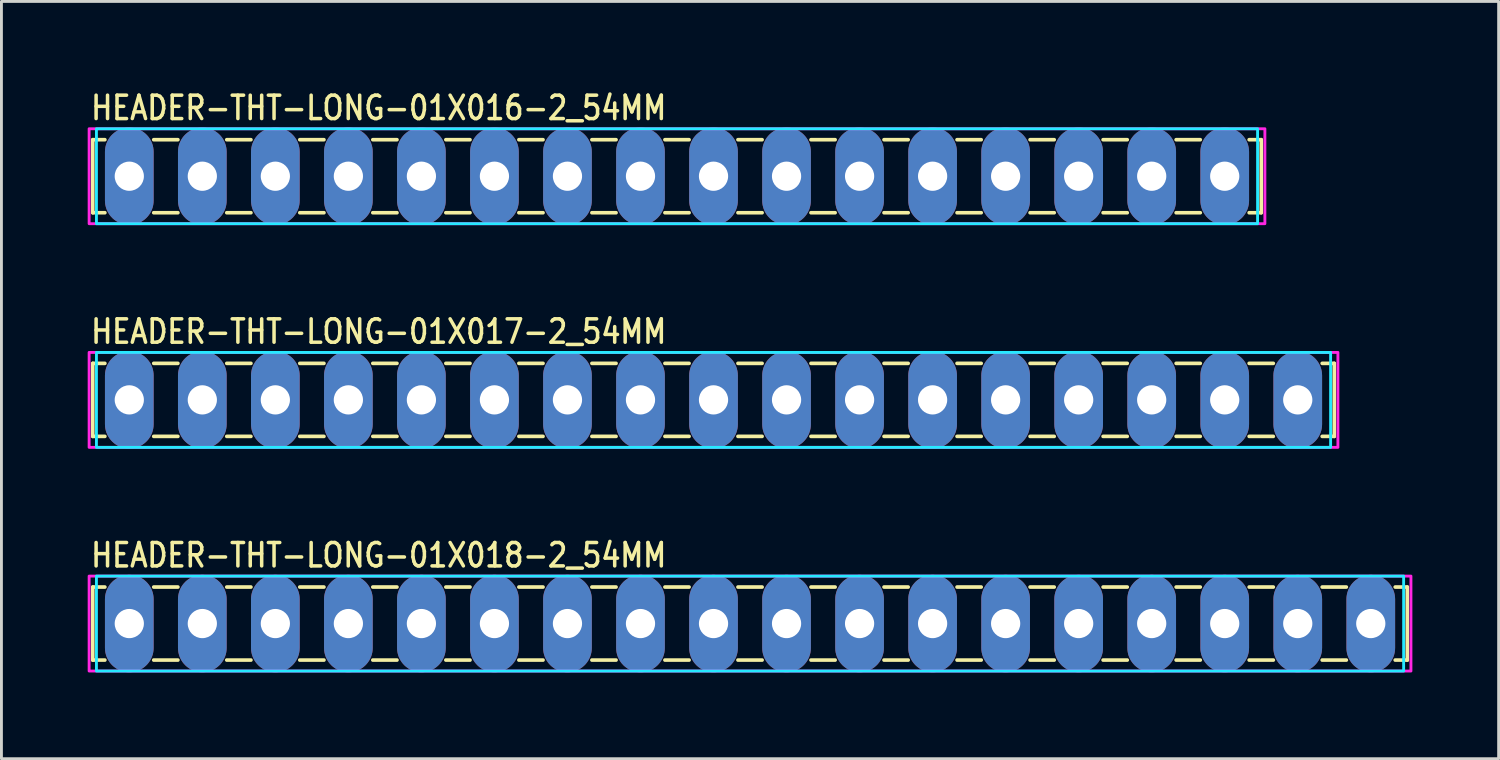
<source format=kicad_pcb>
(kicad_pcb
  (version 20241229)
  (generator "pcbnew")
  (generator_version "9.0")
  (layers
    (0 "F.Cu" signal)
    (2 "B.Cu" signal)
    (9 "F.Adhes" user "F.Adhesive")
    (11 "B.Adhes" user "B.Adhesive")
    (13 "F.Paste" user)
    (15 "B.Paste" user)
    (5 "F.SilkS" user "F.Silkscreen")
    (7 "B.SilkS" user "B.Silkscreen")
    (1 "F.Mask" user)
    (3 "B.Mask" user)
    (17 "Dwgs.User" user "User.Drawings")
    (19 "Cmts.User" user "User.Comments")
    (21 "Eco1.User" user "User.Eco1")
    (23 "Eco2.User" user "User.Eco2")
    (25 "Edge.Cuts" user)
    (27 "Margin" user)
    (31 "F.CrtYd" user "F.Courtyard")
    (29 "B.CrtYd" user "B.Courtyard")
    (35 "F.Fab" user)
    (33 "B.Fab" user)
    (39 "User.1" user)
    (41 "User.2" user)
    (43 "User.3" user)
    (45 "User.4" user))
  (footprint "HEADER-THT-LONG-01X017-2_54MM"
    (layer "F.Cu")
    (at 1.447 10.858)
    (property "Reference" "HEADER-THT-LONG-01X017-2_54MM" (at -1.4 -1.9 0) (unlocked yes) (layer "F.SilkS") (effects (font (size 0.813 0.695) (thickness 0.122)) (justify left bottom)))
    (fp_line (start -1.27 -1.27) (end -1.27 1.27) (stroke (width 0.127) (type solid)) (layer "F.SilkS"))
    (fp_line (start -1.27 1.27) (end -0.85 1.27) (stroke (width 0.127) (type solid)) (layer "F.SilkS"))
    (fp_line (start -0.85 -1.27) (end -1.27 -1.27) (stroke (width 0.127) (type solid)) (layer "F.SilkS"))
    (fp_line (start 0.85 -1.27) (end 1.69 -1.27) (stroke (width 0.127) (type solid)) (layer "F.SilkS"))
    (fp_line (start 0.85 1.27) (end 1.69 1.27) (stroke (width 0.127) (type solid)) (layer "F.SilkS"))
    (fp_line (start 3.39 -1.27) (end 4.23 -1.27) (stroke (width 0.127) (type solid)) (layer "F.SilkS"))
    (fp_line (start 3.39 1.27) (end 4.23 1.27) (stroke (width 0.127) (type solid)) (layer "F.SilkS"))
    (fp_line (start 5.93 -1.27) (end 6.77 -1.27) (stroke (width 0.127) (type solid)) (layer "F.SilkS"))
    (fp_line (start 5.93 1.27) (end 6.77 1.27) (stroke (width 0.127) (type solid)) (layer "F.SilkS"))
    (fp_line (start 8.47 -1.27) (end 9.31 -1.27) (stroke (width 0.127) (type solid)) (layer "F.SilkS"))
    (fp_line (start 8.47 1.27) (end 9.31 1.27) (stroke (width 0.127) (type solid)) (layer "F.SilkS"))
    (fp_line (start 11.01 -1.27) (end 11.85 -1.27) (stroke (width 0.127) (type solid)) (layer "F.SilkS"))
    (fp_line (start 11.01 1.27) (end 11.85 1.27) (stroke (width 0.127) (type solid)) (layer "F.SilkS"))
    (fp_line (start 13.55 -1.27) (end 14.39 -1.27) (stroke (width 0.127) (type solid)) (layer "F.SilkS"))
    (fp_line (start 13.55 1.27) (end 14.39 1.27) (stroke (width 0.127) (type solid)) (layer "F.SilkS"))
    (fp_line (start 16.09 -1.27) (end 16.93 -1.27) (stroke (width 0.127) (type solid)) (layer "F.SilkS"))
    (fp_line (start 16.09 1.27) (end 16.93 1.27) (stroke (width 0.127) (type solid)) (layer "F.SilkS"))
    (fp_line (start 18.63 -1.27) (end 19.47 -1.27) (stroke (width 0.127) (type solid)) (layer "F.SilkS"))
    (fp_line (start 18.63 1.27) (end 19.47 1.27) (stroke (width 0.127) (type solid)) (layer "F.SilkS"))
    (fp_line (start 21.17 -1.27) (end 22.01 -1.27) (stroke (width 0.127) (type solid)) (layer "F.SilkS"))
    (fp_line (start 21.17 1.27) (end 22.01 1.27) (stroke (width 0.127) (type solid)) (layer "F.SilkS"))
    (fp_line (start 23.71 -1.27) (end 24.55 -1.27) (stroke (width 0.127) (type solid)) (layer "F.SilkS"))
    (fp_line (start 23.71 1.27) (end 24.55 1.27) (stroke (width 0.127) (type solid)) (layer "F.SilkS"))
    (fp_line (start 26.25 -1.27) (end 27.09 -1.27) (stroke (width 0.127) (type solid)) (layer "F.SilkS"))
    (fp_line (start 26.25 1.27) (end 27.09 1.27) (stroke (width 0.127) (type solid)) (layer "F.SilkS"))
    (fp_line (start 28.79 -1.27) (end 29.63 -1.27) (stroke (width 0.127) (type solid)) (layer "F.SilkS"))
    (fp_line (start 28.79 1.27) (end 29.63 1.27) (stroke (width 0.127) (type solid)) (layer "F.SilkS"))
    (fp_line (start 31.33 -1.27) (end 32.17 -1.27) (stroke (width 0.127) (type solid)) (layer "F.SilkS"))
    (fp_line (start 31.33 1.27) (end 32.17 1.27) (stroke (width 0.127) (type solid)) (layer "F.SilkS"))
    (fp_line (start 33.87 -1.27) (end 34.71 -1.27) (stroke (width 0.127) (type solid)) (layer "F.SilkS"))
    (fp_line (start 33.87 1.27) (end 34.71 1.27) (stroke (width 0.127) (type solid)) (layer "F.SilkS"))
    (fp_line (start 36.41 -1.27) (end 37.25 -1.27) (stroke (width 0.127) (type solid)) (layer "F.SilkS"))
    (fp_line (start 36.41 1.27) (end 37.25 1.27) (stroke (width 0.127) (type solid)) (layer "F.SilkS"))
    (fp_line (start 38.95 -1.27) (end 39.79 -1.27) (stroke (width 0.127) (type solid)) (layer "F.SilkS"))
    (fp_line (start 38.95 1.27) (end 39.79 1.27) (stroke (width 0.127) (type solid)) (layer "F.SilkS"))
    (fp_line (start 41.49 -1.27) (end 41.91 -1.27) (stroke (width 0.127) (type solid)) (layer "F.SilkS"))
    (fp_line (start 41.91 -1.27) (end 41.91 1.27) (stroke (width 0.127) (type solid)) (layer "F.SilkS"))
    (fp_line (start 41.91 1.27) (end 41.49 1.27) (stroke (width 0.127) (type solid)) (layer "F.SilkS"))
    (fp_poly (pts (xy -1.143 -1.651) (xy 41.783 -1.651) (xy 41.783 1.651) (xy -1.143 1.651)) (stroke (width 0.1) (type solid)) (fill no) (layer "B.CrtYd"))
    (fp_poly (pts (xy -1.397 -1.651) (xy 42.037 -1.651) (xy 42.037 1.651) (xy -1.397 1.651)) (stroke (width 0.1) (type solid)) (fill no) (layer "F.CrtYd"))
    (pad "P$1" thru_hole oval (at 0 0 90) (size 3.387 1.693) (drill 1.016) (layers "*.Cu" "*.Mask"))
    (pad "P$2" thru_hole oval (at 2.54 0 90) (size 3.387 1.693) (drill 1.016) (layers "*.Cu" "*.Mask"))
    (pad "P$3" thru_hole oval (at 5.08 0 90) (size 3.387 1.693) (drill 1.016) (layers "*.Cu" "*.Mask"))
    (pad "P$4" thru_hole oval (at 7.62 0 90) (size 3.387 1.693) (drill 1.016) (layers "*.Cu" "*.Mask"))
    (pad "P$5" thru_hole oval (at 10.16 0 90) (size 3.387 1.693) (drill 1.016) (layers "*.Cu" "*.Mask"))
    (pad "P$6" thru_hole oval (at 12.7 0 90) (size 3.387 1.693) (drill 1.016) (layers "*.Cu" "*.Mask"))
    (pad "P$7" thru_hole oval (at 15.24 0 90) (size 3.387 1.693) (drill 1.016) (layers "*.Cu" "*.Mask"))
    (pad "P$8" thru_hole oval (at 17.78 0 90) (size 3.387 1.693) (drill 1.016) (layers "*.Cu" "*.Mask"))
    (pad "P$9" thru_hole oval (at 20.32 0 90) (size 3.387 1.693) (drill 1.016) (layers "*.Cu" "*.Mask"))
    (pad "P$10" thru_hole oval (at 22.86 0 90) (size 3.387 1.693) (drill 1.016) (layers "*.Cu" "*.Mask"))
    (pad "P$11" thru_hole oval (at 25.4 0 90) (size 3.387 1.693) (drill 1.016) (layers "*.Cu" "*.Mask"))
    (pad "P$12" thru_hole oval (at 27.94 0 90) (size 3.387 1.693) (drill 1.016) (layers "*.Cu" "*.Mask"))
    (pad "P$13" thru_hole oval (at 30.48 0 90) (size 3.387 1.693) (drill 1.016) (layers "*.Cu" "*.Mask"))
    (pad "P$14" thru_hole oval (at 33.02 0 90) (size 3.387 1.693) (drill 1.016) (layers "*.Cu" "*.Mask"))
    (pad "P$15" thru_hole oval (at 35.56 0 90) (size 3.387 1.693) (drill 1.016) (layers "*.Cu" "*.Mask"))
    (pad "P$16" thru_hole oval (at 38.1 0 90) (size 3.387 1.693) (drill 1.016) (layers "*.Cu" "*.Mask"))
    (pad "P$17" thru_hole oval (at 40.64 0 90) (size 3.387 1.693) (drill 1.016) (layers "*.Cu" "*.Mask")))
  (footprint "HEADER-THT-LONG-01X016-2_54MM"
    (layer "F.Cu")
    (at 1.447 3.079)
    (property "Reference" "HEADER-THT-LONG-01X016-2_54MM" (at -1.4 -1.9 0) (unlocked yes) (layer "F.SilkS") (effects (font (size 0.813 0.695) (thickness 0.122)) (justify left bottom)))
    (fp_line (start -1.27 -1.27) (end -1.27 1.27) (stroke (width 0.127) (type solid)) (layer "F.SilkS"))
    (fp_line (start -1.27 1.27) (end -0.85 1.27) (stroke (width 0.127) (type solid)) (layer "F.SilkS"))
    (fp_line (start -0.85 -1.27) (end -1.27 -1.27) (stroke (width 0.127) (type solid)) (layer "F.SilkS"))
    (fp_line (start 0.85 -1.27) (end 1.69 -1.27) (stroke (width 0.127) (type solid)) (layer "F.SilkS"))
    (fp_line (start 0.85 1.27) (end 1.69 1.27) (stroke (width 0.127) (type solid)) (layer "F.SilkS"))
    (fp_line (start 3.39 -1.27) (end 4.23 -1.27) (stroke (width 0.127) (type solid)) (layer "F.SilkS"))
    (fp_line (start 3.39 1.27) (end 4.23 1.27) (stroke (width 0.127) (type solid)) (layer "F.SilkS"))
    (fp_line (start 5.93 -1.27) (end 6.77 -1.27) (stroke (width 0.127) (type solid)) (layer "F.SilkS"))
    (fp_line (start 5.93 1.27) (end 6.77 1.27) (stroke (width 0.127) (type solid)) (layer "F.SilkS"))
    (fp_line (start 8.47 -1.27) (end 9.31 -1.27) (stroke (width 0.127) (type solid)) (layer "F.SilkS"))
    (fp_line (start 8.47 1.27) (end 9.31 1.27) (stroke (width 0.127) (type solid)) (layer "F.SilkS"))
    (fp_line (start 11.01 -1.27) (end 11.85 -1.27) (stroke (width 0.127) (type solid)) (layer "F.SilkS"))
    (fp_line (start 11.01 1.27) (end 11.85 1.27) (stroke (width 0.127) (type solid)) (layer "F.SilkS"))
    (fp_line (start 13.55 -1.27) (end 14.39 -1.27) (stroke (width 0.127) (type solid)) (layer "F.SilkS"))
    (fp_line (start 13.55 1.27) (end 14.39 1.27) (stroke (width 0.127) (type solid)) (layer "F.SilkS"))
    (fp_line (start 16.09 -1.27) (end 16.93 -1.27) (stroke (width 0.127) (type solid)) (layer "F.SilkS"))
    (fp_line (start 16.09 1.27) (end 16.93 1.27) (stroke (width 0.127) (type solid)) (layer "F.SilkS"))
    (fp_line (start 18.63 -1.27) (end 19.47 -1.27) (stroke (width 0.127) (type solid)) (layer "F.SilkS"))
    (fp_line (start 18.63 1.27) (end 19.47 1.27) (stroke (width 0.127) (type solid)) (layer "F.SilkS"))
    (fp_line (start 21.17 -1.27) (end 22.01 -1.27) (stroke (width 0.127) (type solid)) (layer "F.SilkS"))
    (fp_line (start 21.17 1.27) (end 22.01 1.27) (stroke (width 0.127) (type solid)) (layer "F.SilkS"))
    (fp_line (start 23.71 -1.27) (end 24.55 -1.27) (stroke (width 0.127) (type solid)) (layer "F.SilkS"))
    (fp_line (start 23.71 1.27) (end 24.55 1.27) (stroke (width 0.127) (type solid)) (layer "F.SilkS"))
    (fp_line (start 26.25 -1.27) (end 27.09 -1.27) (stroke (width 0.127) (type solid)) (layer "F.SilkS"))
    (fp_line (start 26.25 1.27) (end 27.09 1.27) (stroke (width 0.127) (type solid)) (layer "F.SilkS"))
    (fp_line (start 28.79 -1.27) (end 29.63 -1.27) (stroke (width 0.127) (type solid)) (layer "F.SilkS"))
    (fp_line (start 28.79 1.27) (end 29.63 1.27) (stroke (width 0.127) (type solid)) (layer "F.SilkS"))
    (fp_line (start 31.33 -1.27) (end 32.17 -1.27) (stroke (width 0.127) (type solid)) (layer "F.SilkS"))
    (fp_line (start 31.33 1.27) (end 32.17 1.27) (stroke (width 0.127) (type solid)) (layer "F.SilkS"))
    (fp_line (start 33.87 -1.27) (end 34.71 -1.27) (stroke (width 0.127) (type solid)) (layer "F.SilkS"))
    (fp_line (start 33.87 1.27) (end 34.71 1.27) (stroke (width 0.127) (type solid)) (layer "F.SilkS"))
    (fp_line (start 36.41 -1.27) (end 37.25 -1.27) (stroke (width 0.127) (type solid)) (layer "F.SilkS"))
    (fp_line (start 36.41 1.27) (end 37.25 1.27) (stroke (width 0.127) (type solid)) (layer "F.SilkS"))
    (fp_line (start 38.95 -1.27) (end 39.37 -1.27) (stroke (width 0.127) (type solid)) (layer "F.SilkS"))
    (fp_line (start 39.37 -1.27) (end 39.37 1.27) (stroke (width 0.127) (type solid)) (layer "F.SilkS"))
    (fp_line (start 39.37 1.27) (end 38.95 1.27) (stroke (width 0.127) (type solid)) (layer "F.SilkS"))
    (fp_poly (pts (xy -1.143 -1.651) (xy 39.243 -1.651) (xy 39.243 1.651) (xy -1.143 1.651)) (stroke (width 0.1) (type solid)) (fill no) (layer "B.CrtYd"))
    (fp_poly (pts (xy -1.397 -1.651) (xy 39.497 -1.651) (xy 39.497 1.651) (xy -1.397 1.651)) (stroke (width 0.1) (type solid)) (fill no) (layer "F.CrtYd"))
    (pad "P$1" thru_hole oval (at 0 0 90) (size 3.387 1.693) (drill 1.016) (layers "*.Cu" "*.Mask"))
    (pad "P$2" thru_hole oval (at 2.54 0 90) (size 3.387 1.693) (drill 1.016) (layers "*.Cu" "*.Mask"))
    (pad "P$3" thru_hole oval (at 5.08 0 90) (size 3.387 1.693) (drill 1.016) (layers "*.Cu" "*.Mask"))
    (pad "P$4" thru_hole oval (at 7.62 0 90) (size 3.387 1.693) (drill 1.016) (layers "*.Cu" "*.Mask"))
    (pad "P$5" thru_hole oval (at 10.16 0 90) (size 3.387 1.693) (drill 1.016) (layers "*.Cu" "*.Mask"))
    (pad "P$6" thru_hole oval (at 12.7 0 90) (size 3.387 1.693) (drill 1.016) (layers "*.Cu" "*.Mask"))
    (pad "P$7" thru_hole oval (at 15.24 0 90) (size 3.387 1.693) (drill 1.016) (layers "*.Cu" "*.Mask"))
    (pad "P$8" thru_hole oval (at 17.78 0 90) (size 3.387 1.693) (drill 1.016) (layers "*.Cu" "*.Mask"))
    (pad "P$9" thru_hole oval (at 20.32 0 90) (size 3.387 1.693) (drill 1.016) (layers "*.Cu" "*.Mask"))
    (pad "P$10" thru_hole oval (at 22.86 0 90) (size 3.387 1.693) (drill 1.016) (layers "*.Cu" "*.Mask"))
    (pad "P$11" thru_hole oval (at 25.4 0 90) (size 3.387 1.693) (drill 1.016) (layers "*.Cu" "*.Mask"))
    (pad "P$12" thru_hole oval (at 27.94 0 90) (size 3.387 1.693) (drill 1.016) (layers "*.Cu" "*.Mask"))
    (pad "P$13" thru_hole oval (at 30.48 0 90) (size 3.387 1.693) (drill 1.016) (layers "*.Cu" "*.Mask"))
    (pad "P$14" thru_hole oval (at 33.02 0 90) (size 3.387 1.693) (drill 1.016) (layers "*.Cu" "*.Mask"))
    (pad "P$15" thru_hole oval (at 35.56 0 90) (size 3.387 1.693) (drill 1.016) (layers "*.Cu" "*.Mask"))
    (pad "P$16" thru_hole oval (at 38.1 0 90) (size 3.387 1.693) (drill 1.016) (layers "*.Cu" "*.Mask")))
  (footprint "HEADER-THT-LONG-01X018-2_54MM"
    (layer "F.Cu")
    (at 1.447 18.638)
    (property "Reference" "HEADER-THT-LONG-01X018-2_54MM" (at -1.4 -1.9 0) (unlocked yes) (layer "F.SilkS") (effects (font (size 0.813 0.695) (thickness 0.122)) (justify left bottom)))
    (fp_line (start -1.27 -1.27) (end -1.27 1.27) (stroke (width 0.127) (type solid)) (layer "F.SilkS"))
    (fp_line (start -1.27 1.27) (end -0.85 1.27) (stroke (width 0.127) (type solid)) (layer "F.SilkS"))
    (fp_line (start -0.85 -1.27) (end -1.27 -1.27) (stroke (width 0.127) (type solid)) (layer "F.SilkS"))
    (fp_line (start 0.85 -1.27) (end 1.69 -1.27) (stroke (width 0.127) (type solid)) (layer "F.SilkS"))
    (fp_line (start 0.85 1.27) (end 1.69 1.27) (stroke (width 0.127) (type solid)) (layer "F.SilkS"))
    (fp_line (start 3.39 -1.27) (end 4.23 -1.27) (stroke (width 0.127) (type solid)) (layer "F.SilkS"))
    (fp_line (start 3.39 1.27) (end 4.23 1.27) (stroke (width 0.127) (type solid)) (layer "F.SilkS"))
    (fp_line (start 5.93 -1.27) (end 6.77 -1.27) (stroke (width 0.127) (type solid)) (layer "F.SilkS"))
    (fp_line (start 5.93 1.27) (end 6.77 1.27) (stroke (width 0.127) (type solid)) (layer "F.SilkS"))
    (fp_line (start 8.47 -1.27) (end 9.31 -1.27) (stroke (width 0.127) (type solid)) (layer "F.SilkS"))
    (fp_line (start 8.47 1.27) (end 9.31 1.27) (stroke (width 0.127) (type solid)) (layer "F.SilkS"))
    (fp_line (start 11.01 -1.27) (end 11.85 -1.27) (stroke (width 0.127) (type solid)) (layer "F.SilkS"))
    (fp_line (start 11.01 1.27) (end 11.85 1.27) (stroke (width 0.127) (type solid)) (layer "F.SilkS"))
    (fp_line (start 13.55 -1.27) (end 14.39 -1.27) (stroke (width 0.127) (type solid)) (layer "F.SilkS"))
    (fp_line (start 13.55 1.27) (end 14.39 1.27) (stroke (width 0.127) (type solid)) (layer "F.SilkS"))
    (fp_line (start 16.09 -1.27) (end 16.93 -1.27) (stroke (width 0.127) (type solid)) (layer "F.SilkS"))
    (fp_line (start 16.09 1.27) (end 16.93 1.27) (stroke (width 0.127) (type solid)) (layer "F.SilkS"))
    (fp_line (start 18.63 -1.27) (end 19.47 -1.27) (stroke (width 0.127) (type solid)) (layer "F.SilkS"))
    (fp_line (start 18.63 1.27) (end 19.47 1.27) (stroke (width 0.127) (type solid)) (layer "F.SilkS"))
    (fp_line (start 21.17 -1.27) (end 22.01 -1.27) (stroke (width 0.127) (type solid)) (layer "F.SilkS"))
    (fp_line (start 21.17 1.27) (end 22.01 1.27) (stroke (width 0.127) (type solid)) (layer "F.SilkS"))
    (fp_line (start 23.71 -1.27) (end 24.55 -1.27) (stroke (width 0.127) (type solid)) (layer "F.SilkS"))
    (fp_line (start 23.71 1.27) (end 24.55 1.27) (stroke (width 0.127) (type solid)) (layer "F.SilkS"))
    (fp_line (start 26.25 -1.27) (end 27.09 -1.27) (stroke (width 0.127) (type solid)) (layer "F.SilkS"))
    (fp_line (start 26.25 1.27) (end 27.09 1.27) (stroke (width 0.127) (type solid)) (layer "F.SilkS"))
    (fp_line (start 28.79 -1.27) (end 29.63 -1.27) (stroke (width 0.127) (type solid)) (layer "F.SilkS"))
    (fp_line (start 28.79 1.27) (end 29.63 1.27) (stroke (width 0.127) (type solid)) (layer "F.SilkS"))
    (fp_line (start 31.33 -1.27) (end 32.17 -1.27) (stroke (width 0.127) (type solid)) (layer "F.SilkS"))
    (fp_line (start 31.33 1.27) (end 32.17 1.27) (stroke (width 0.127) (type solid)) (layer "F.SilkS"))
    (fp_line (start 33.87 -1.27) (end 34.71 -1.27) (stroke (width 0.127) (type solid)) (layer "F.SilkS"))
    (fp_line (start 33.87 1.27) (end 34.71 1.27) (stroke (width 0.127) (type solid)) (layer "F.SilkS"))
    (fp_line (start 36.41 -1.27) (end 37.25 -1.27) (stroke (width 0.127) (type solid)) (layer "F.SilkS"))
    (fp_line (start 36.41 1.27) (end 37.25 1.27) (stroke (width 0.127) (type solid)) (layer "F.SilkS"))
    (fp_line (start 38.95 -1.27) (end 39.79 -1.27) (stroke (width 0.127) (type solid)) (layer "F.SilkS"))
    (fp_line (start 38.95 1.27) (end 39.79 1.27) (stroke (width 0.127) (type solid)) (layer "F.SilkS"))
    (fp_line (start 41.49 -1.27) (end 42.33 -1.27) (stroke (width 0.127) (type solid)) (layer "F.SilkS"))
    (fp_line (start 41.49 1.27) (end 42.33 1.27) (stroke (width 0.127) (type solid)) (layer "F.SilkS"))
    (fp_line (start 44.03 -1.27) (end 44.45 -1.27) (stroke (width 0.127) (type solid)) (layer "F.SilkS"))
    (fp_line (start 44.45 -1.27) (end 44.45 1.27) (stroke (width 0.127) (type solid)) (layer "F.SilkS"))
    (fp_line (start 44.45 1.27) (end 44.03 1.27) (stroke (width 0.127) (type solid)) (layer "F.SilkS"))
    (fp_poly (pts (xy -1.143 -1.651) (xy 44.323 -1.651) (xy 44.323 1.651) (xy -1.143 1.651)) (stroke (width 0.1) (type solid)) (fill no) (layer "B.CrtYd"))
    (fp_poly (pts (xy -1.397 -1.651) (xy 44.577 -1.651) (xy 44.577 1.651) (xy -1.397 1.651)) (stroke (width 0.1) (type solid)) (fill no) (layer "F.CrtYd"))
    (pad "P$1" thru_hole oval (at 0 0 90) (size 3.387 1.693) (drill 1.016) (layers "*.Cu" "*.Mask"))
    (pad "P$2" thru_hole oval (at 2.54 0 90) (size 3.387 1.693) (drill 1.016) (layers "*.Cu" "*.Mask"))
    (pad "P$3" thru_hole oval (at 5.08 0 90) (size 3.387 1.693) (drill 1.016) (layers "*.Cu" "*.Mask"))
    (pad "P$4" thru_hole oval (at 7.62 0 90) (size 3.387 1.693) (drill 1.016) (layers "*.Cu" "*.Mask"))
    (pad "P$5" thru_hole oval (at 10.16 0 90) (size 3.387 1.693) (drill 1.016) (layers "*.Cu" "*.Mask"))
    (pad "P$6" thru_hole oval (at 12.7 0 90) (size 3.387 1.693) (drill 1.016) (layers "*.Cu" "*.Mask"))
    (pad "P$7" thru_hole oval (at 15.24 0 90) (size 3.387 1.693) (drill 1.016) (layers "*.Cu" "*.Mask"))
    (pad "P$8" thru_hole oval (at 17.78 0 90) (size 3.387 1.693) (drill 1.016) (layers "*.Cu" "*.Mask"))
    (pad "P$9" thru_hole oval (at 20.32 0 90) (size 3.387 1.693) (drill 1.016) (layers "*.Cu" "*.Mask"))
    (pad "P$10" thru_hole oval (at 22.86 0 90) (size 3.387 1.693) (drill 1.016) (layers "*.Cu" "*.Mask"))
    (pad "P$11" thru_hole oval (at 25.4 0 90) (size 3.387 1.693) (drill 1.016) (layers "*.Cu" "*.Mask"))
    (pad "P$12" thru_hole oval (at 27.94 0 90) (size 3.387 1.693) (drill 1.016) (layers "*.Cu" "*.Mask"))
    (pad "P$13" thru_hole oval (at 30.48 0 90) (size 3.387 1.693) (drill 1.016) (layers "*.Cu" "*.Mask"))
    (pad "P$14" thru_hole oval (at 33.02 0 90) (size 3.387 1.693) (drill 1.016) (layers "*.Cu" "*.Mask"))
    (pad "P$15" thru_hole oval (at 35.56 0 90) (size 3.387 1.693) (drill 1.016) (layers "*.Cu" "*.Mask"))
    (pad "P$16" thru_hole oval (at 38.1 0 90) (size 3.387 1.693) (drill 1.016) (layers "*.Cu" "*.Mask"))
    (pad "P$17" thru_hole oval (at 40.64 0 90) (size 3.387 1.693) (drill 1.016) (layers "*.Cu" "*.Mask"))
    (pad "P$18" thru_hole oval (at 43.18 0 90) (size 3.387 1.693) (drill 1.016) (layers "*.Cu" "*.Mask")))
  (gr_rect
    (start -3 -3)
    (end 49.074 23.339)
    (stroke (width 0.1) (type default))
    (fill no)
    (layer "Edge.Cuts")))
</source>
